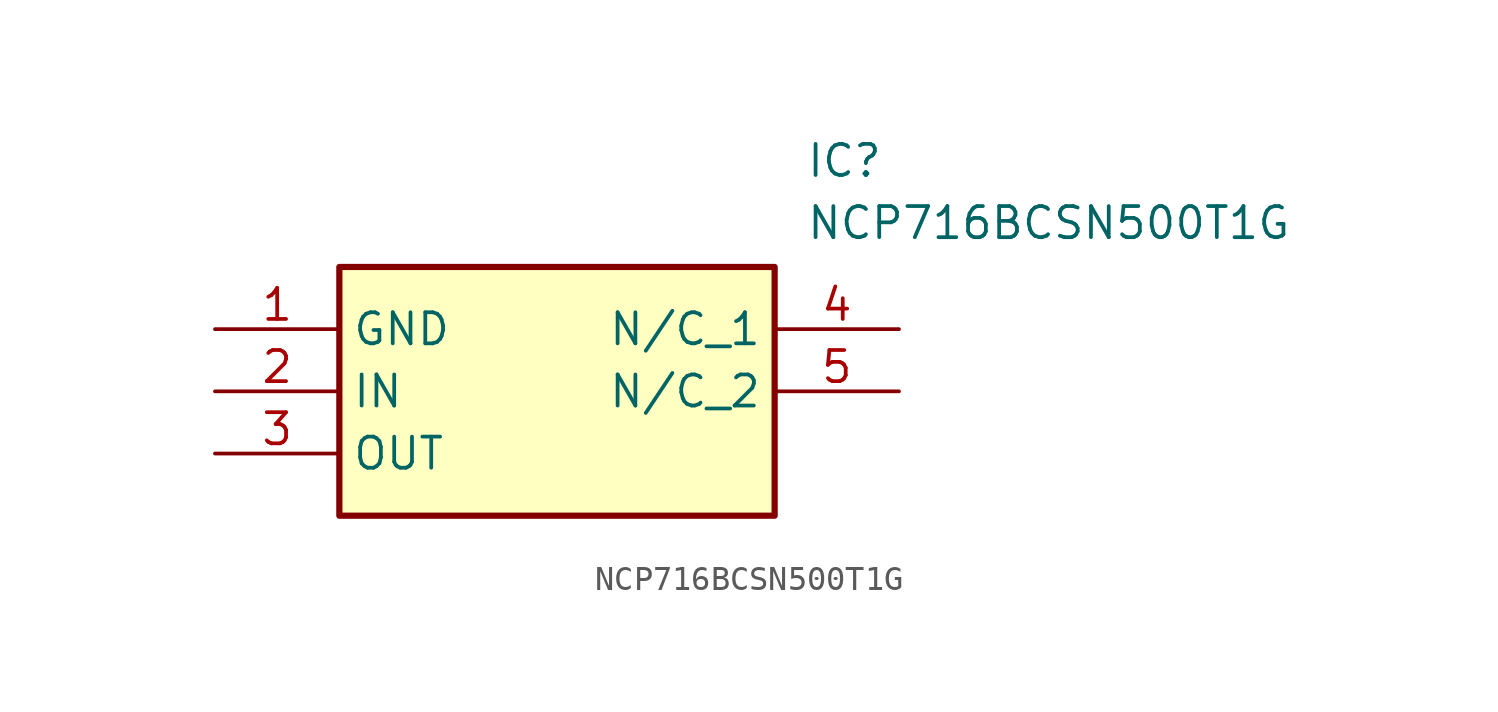
<source format=kicad_sym>
(kicad_symbol_lib
  (version 20211014)
  (generator SamacSys_ECAD_Model)
  (symbol "NCP716BCSN500T1G"
    (property "Reference" "IC"
      (at 24.13 7.62 0)
      (effects (font (size 1.27 1.27)) (justify left top)))
    (property "Value" "NCP716BCSN500T1G"
      (at 24.13 5.08 0)
      (effects (font (size 1.27 1.27)) (justify left top)))
    (rectangle
      (start 5.08 2.54)
      (end 22.86 -7.62)
      (stroke (width 0.254) (type default))
      (fill (type background)))
    (pin passive line
      (at 0 0 0)
      (length 5.08)
      (name "GND" (effects (font (size 1.27 1.27))))
      (number "1" (effects (font (size 1.27 1.27)))))
    (pin passive line
      (at 0 -2.54 0)
      (length 5.08)
      (name "IN" (effects (font (size 1.27 1.27))))
      (number "2" (effects (font (size 1.27 1.27)))))
    (pin passive line
      (at 0 -5.08 0)
      (length 5.08)
      (name "OUT" (effects (font (size 1.27 1.27))))
      (number "3" (effects (font (size 1.27 1.27)))))
    (pin passive line
      (at 27.94 0 180)
      (length 5.08)
      (name "N/C_1" (effects (font (size 1.27 1.27))))
      (number "4" (effects (font (size 1.27 1.27)))))
    (pin passive line
      (at 27.94 -2.54 180)
      (length 5.08)
      (name "N/C_2" (effects (font (size 1.27 1.27))))
      (number "5" (effects (font (size 1.27 1.27)))))))
</source>
